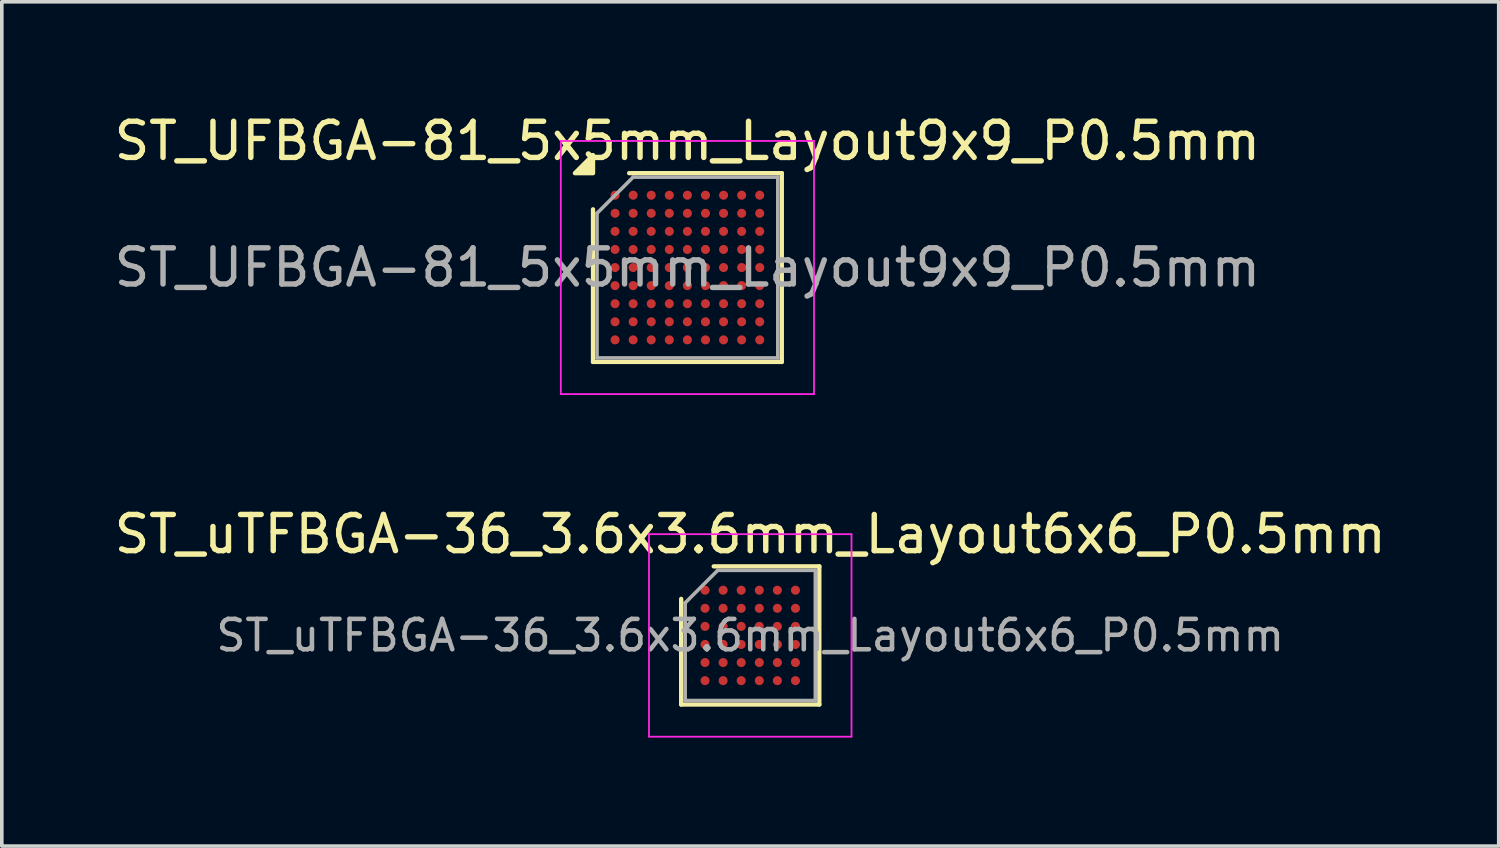
<source format=kicad_pcb>
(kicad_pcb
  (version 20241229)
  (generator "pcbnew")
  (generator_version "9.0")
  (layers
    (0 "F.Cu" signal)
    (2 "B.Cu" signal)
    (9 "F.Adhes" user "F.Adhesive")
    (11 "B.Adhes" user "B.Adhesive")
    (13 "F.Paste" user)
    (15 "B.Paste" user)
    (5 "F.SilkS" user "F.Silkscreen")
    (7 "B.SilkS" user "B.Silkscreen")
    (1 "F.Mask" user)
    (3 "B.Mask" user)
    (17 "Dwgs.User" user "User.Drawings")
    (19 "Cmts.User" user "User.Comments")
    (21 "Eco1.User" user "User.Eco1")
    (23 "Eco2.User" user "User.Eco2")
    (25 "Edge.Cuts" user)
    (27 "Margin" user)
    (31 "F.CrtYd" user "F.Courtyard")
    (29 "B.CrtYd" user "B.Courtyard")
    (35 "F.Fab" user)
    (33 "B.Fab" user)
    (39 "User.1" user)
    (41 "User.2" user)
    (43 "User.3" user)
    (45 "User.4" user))
  (footprint "ST_uTFBGA-36_3.6x3.6mm_Layout6x6_P0.5mm"
    (layer "F.Cu")
    (at 17.696 14.521)
    (property "Reference" "ST_uTFBGA-36_3.6x3.6mm_Layout6x6_P0.5mm" (at 0 -2.8 0) (layer "F.SilkS") (effects (font (size 1 1) (thickness 0.15))))
    (attr smd)
    (fp_line (start -1.91 1.91) (end -1.91 -1.01) (stroke (width 0.12) (type solid)) (layer "F.SilkS"))
    (fp_line (start -1.01 -1.91) (end 1.91 -1.91) (stroke (width 0.12) (type solid)) (layer "F.SilkS"))
    (fp_line (start 1.91 -1.91) (end 1.91 1.91) (stroke (width 0.12) (type solid)) (layer "F.SilkS"))
    (fp_line (start 1.91 1.91) (end -1.91 1.91) (stroke (width 0.12) (type solid)) (layer "F.SilkS"))
    (fp_line (start -2.8 -2.8) (end -2.8 2.8) (stroke (width 0.05) (type solid)) (layer "F.CrtYd"))
    (fp_line (start -2.8 2.8) (end 2.8 2.8) (stroke (width 0.05) (type solid)) (layer "F.CrtYd"))
    (fp_line (start 2.8 -2.8) (end -2.8 -2.8) (stroke (width 0.05) (type solid)) (layer "F.CrtYd"))
    (fp_line (start 2.8 2.8) (end 2.8 -2.8) (stroke (width 0.05) (type solid)) (layer "F.CrtYd"))
    (fp_line (start -1.8 -0.9) (end -0.9 -1.8) (stroke (width 0.1) (type solid)) (layer "F.Fab"))
    (fp_line (start -1.8 1.8) (end -1.8 -0.9) (stroke (width 0.1) (type solid)) (layer "F.Fab"))
    (fp_line (start -0.9 -1.8) (end 1.8 -1.8) (stroke (width 0.1) (type solid)) (layer "F.Fab"))
    (fp_line (start 1.8 -1.8) (end 1.8 1.8) (stroke (width 0.1) (type solid)) (layer "F.Fab"))
    (fp_line (start 1.8 1.8) (end -1.8 1.8) (stroke (width 0.1) (type solid)) (layer "F.Fab"))
    (fp_text user "${REFERENCE}" (at 0 0 0) (layer "F.Fab") (effects (font (size 0.84 0.84) (thickness 0.126))))
    (pad "A1" smd circle (at -1.25 -1.25) (size 0.25 0.25) (layers "F.Cu" "F.Mask" "F.Paste"))
    (pad "A2" smd circle (at -0.75 -1.25) (size 0.25 0.25) (layers "F.Cu" "F.Mask" "F.Paste"))
    (pad "A3" smd circle (at -0.25 -1.25) (size 0.25 0.25) (layers "F.Cu" "F.Mask" "F.Paste"))
    (pad "A4" smd circle (at 0.25 -1.25) (size 0.25 0.25) (layers "F.Cu" "F.Mask" "F.Paste"))
    (pad "A5" smd circle (at 0.75 -1.25) (size 0.25 0.25) (layers "F.Cu" "F.Mask" "F.Paste"))
    (pad "A6" smd circle (at 1.25 -1.25) (size 0.25 0.25) (layers "F.Cu" "F.Mask" "F.Paste"))
    (pad "B1" smd circle (at -1.25 -0.75) (size 0.25 0.25) (layers "F.Cu" "F.Mask" "F.Paste"))
    (pad "B2" smd circle (at -0.75 -0.75) (size 0.25 0.25) (layers "F.Cu" "F.Mask" "F.Paste"))
    (pad "B3" smd circle (at -0.25 -0.75) (size 0.25 0.25) (layers "F.Cu" "F.Mask" "F.Paste"))
    (pad "B4" smd circle (at 0.25 -0.75) (size 0.25 0.25) (layers "F.Cu" "F.Mask" "F.Paste"))
    (pad "B5" smd circle (at 0.75 -0.75) (size 0.25 0.25) (layers "F.Cu" "F.Mask" "F.Paste"))
    (pad "B6" smd circle (at 1.25 -0.75) (size 0.25 0.25) (layers "F.Cu" "F.Mask" "F.Paste"))
    (pad "C1" smd circle (at -1.25 -0.25) (size 0.25 0.25) (layers "F.Cu" "F.Mask" "F.Paste"))
    (pad "C2" smd circle (at -0.75 -0.25) (size 0.25 0.25) (layers "F.Cu" "F.Mask" "F.Paste"))
    (pad "C3" smd circle (at -0.25 -0.25) (size 0.25 0.25) (layers "F.Cu" "F.Mask" "F.Paste"))
    (pad "C4" smd circle (at 0.25 -0.25) (size 0.25 0.25) (layers "F.Cu" "F.Mask" "F.Paste"))
    (pad "C5" smd circle (at 0.75 -0.25) (size 0.25 0.25) (layers "F.Cu" "F.Mask" "F.Paste"))
    (pad "C6" smd circle (at 1.25 -0.25) (size 0.25 0.25) (layers "F.Cu" "F.Mask" "F.Paste"))
    (pad "D1" smd circle (at -1.25 0.25) (size 0.25 0.25) (layers "F.Cu" "F.Mask" "F.Paste"))
    (pad "D2" smd circle (at -0.75 0.25) (size 0.25 0.25) (layers "F.Cu" "F.Mask" "F.Paste"))
    (pad "D3" smd circle (at -0.25 0.25) (size 0.25 0.25) (layers "F.Cu" "F.Mask" "F.Paste"))
    (pad "D4" smd circle (at 0.25 0.25) (size 0.25 0.25) (layers "F.Cu" "F.Mask" "F.Paste"))
    (pad "D5" smd circle (at 0.75 0.25) (size 0.25 0.25) (layers "F.Cu" "F.Mask" "F.Paste"))
    (pad "D6" smd circle (at 1.25 0.25) (size 0.25 0.25) (layers "F.Cu" "F.Mask" "F.Paste"))
    (pad "E1" smd circle (at -1.25 0.75) (size 0.25 0.25) (layers "F.Cu" "F.Mask" "F.Paste"))
    (pad "E2" smd circle (at -0.75 0.75) (size 0.25 0.25) (layers "F.Cu" "F.Mask" "F.Paste"))
    (pad "E3" smd circle (at -0.25 0.75) (size 0.25 0.25) (layers "F.Cu" "F.Mask" "F.Paste"))
    (pad "E4" smd circle (at 0.25 0.75) (size 0.25 0.25) (layers "F.Cu" "F.Mask" "F.Paste"))
    (pad "E5" smd circle (at 0.75 0.75) (size 0.25 0.25) (layers "F.Cu" "F.Mask" "F.Paste"))
    (pad "E6" smd circle (at 1.25 0.75) (size 0.25 0.25) (layers "F.Cu" "F.Mask" "F.Paste"))
    (pad "F1" smd circle (at -1.25 1.25) (size 0.25 0.25) (layers "F.Cu" "F.Mask" "F.Paste"))
    (pad "F2" smd circle (at -0.75 1.25) (size 0.25 0.25) (layers "F.Cu" "F.Mask" "F.Paste"))
    (pad "F3" smd circle (at -0.25 1.25) (size 0.25 0.25) (layers "F.Cu" "F.Mask" "F.Paste"))
    (pad "F4" smd circle (at 0.25 1.25) (size 0.25 0.25) (layers "F.Cu" "F.Mask" "F.Paste"))
    (pad "F5" smd circle (at 0.75 1.25) (size 0.25 0.25) (layers "F.Cu" "F.Mask" "F.Paste"))
    (pad "F6" smd circle (at 1.25 1.25) (size 0.25 0.25) (layers "F.Cu" "F.Mask" "F.Paste")))
  (footprint "ST_UFBGA-81_5x5mm_Layout9x9_P0.5mm"
    (layer "F.Cu")
    (at 15.958 4.348)
    (property "Reference" "ST_UFBGA-81_5x5mm_Layout9x9_P0.5mm" (at 0 -3.5 0) (layer "F.SilkS") (effects (font (size 1 1) (thickness 0.15))))
    (attr smd)
    (fp_line (start -2.61 2.61) (end -2.61 -1.61) (stroke (width 0.12) (type solid)) (layer "F.SilkS"))
    (fp_line (start -1.61 -2.61) (end 2.61 -2.61) (stroke (width 0.12) (type solid)) (layer "F.SilkS"))
    (fp_line (start 2.61 -2.61) (end 2.61 2.61) (stroke (width 0.12) (type solid)) (layer "F.SilkS"))
    (fp_line (start 2.61 2.61) (end -2.61 2.61) (stroke (width 0.12) (type solid)) (layer "F.SilkS"))
    (fp_poly (pts (xy -2.61 -2.61) (xy -3.11 -2.61) (xy -2.61 -3.11) (xy -2.61 -2.61)) (stroke (width 0.12) (type solid)) (fill yes) (layer "F.SilkS"))
    (fp_line (start -3.5 -3.5) (end -3.5 3.5) (stroke (width 0.05) (type solid)) (layer "F.CrtYd"))
    (fp_line (start -3.5 3.5) (end 3.5 3.5) (stroke (width 0.05) (type solid)) (layer "F.CrtYd"))
    (fp_line (start 3.5 -3.5) (end -3.5 -3.5) (stroke (width 0.05) (type solid)) (layer "F.CrtYd"))
    (fp_line (start 3.5 3.5) (end 3.5 -3.5) (stroke (width 0.05) (type solid)) (layer "F.CrtYd"))
    (fp_line (start -2.5 -1.5) (end -1.5 -2.5) (stroke (width 0.1) (type solid)) (layer "F.Fab"))
    (fp_line (start -2.5 2.5) (end -2.5 -1.5) (stroke (width 0.1) (type solid)) (layer "F.Fab"))
    (fp_line (start -1.5 -2.5) (end 2.5 -2.5) (stroke (width 0.1) (type solid)) (layer "F.Fab"))
    (fp_line (start 2.5 -2.5) (end 2.5 2.5) (stroke (width 0.1) (type solid)) (layer "F.Fab"))
    (fp_line (start 2.5 2.5) (end -2.5 2.5) (stroke (width 0.1) (type solid)) (layer "F.Fab"))
    (fp_text user "${REFERENCE}" (at 0 0 0) (layer "F.Fab") (effects (font (size 1 1) (thickness 0.15))))
    (pad "A1" smd circle (at -2 -2) (size 0.25 0.25) (property pad_prop_bga) (layers "F.Cu" "F.Mask" "F.Paste"))
    (pad "A2" smd circle (at -1.5 -2) (size 0.25 0.25) (property pad_prop_bga) (layers "F.Cu" "F.Mask" "F.Paste"))
    (pad "A3" smd circle (at -1 -2) (size 0.25 0.25) (property pad_prop_bga) (layers "F.Cu" "F.Mask" "F.Paste"))
    (pad "A4" smd circle (at -0.5 -2) (size 0.25 0.25) (property pad_prop_bga) (layers "F.Cu" "F.Mask" "F.Paste"))
    (pad "A5" smd circle (at 0 -2) (size 0.25 0.25) (property pad_prop_bga) (layers "F.Cu" "F.Mask" "F.Paste"))
    (pad "A6" smd circle (at 0.5 -2) (size 0.25 0.25) (property pad_prop_bga) (layers "F.Cu" "F.Mask" "F.Paste"))
    (pad "A7" smd circle (at 1 -2) (size 0.25 0.25) (property pad_prop_bga) (layers "F.Cu" "F.Mask" "F.Paste"))
    (pad "A8" smd circle (at 1.5 -2) (size 0.25 0.25) (property pad_prop_bga) (layers "F.Cu" "F.Mask" "F.Paste"))
    (pad "A9" smd circle (at 2 -2) (size 0.25 0.25) (property pad_prop_bga) (layers "F.Cu" "F.Mask" "F.Paste"))
    (pad "B1" smd circle (at -2 -1.5) (size 0.25 0.25) (property pad_prop_bga) (layers "F.Cu" "F.Mask" "F.Paste"))
    (pad "B2" smd circle (at -1.5 -1.5) (size 0.25 0.25) (property pad_prop_bga) (layers "F.Cu" "F.Mask" "F.Paste"))
    (pad "B3" smd circle (at -1 -1.5) (size 0.25 0.25) (property pad_prop_bga) (layers "F.Cu" "F.Mask" "F.Paste"))
    (pad "B4" smd circle (at -0.5 -1.5) (size 0.25 0.25) (property pad_prop_bga) (layers "F.Cu" "F.Mask" "F.Paste"))
    (pad "B5" smd circle (at 0 -1.5) (size 0.25 0.25) (property pad_prop_bga) (layers "F.Cu" "F.Mask" "F.Paste"))
    (pad "B6" smd circle (at 0.5 -1.5) (size 0.25 0.25) (property pad_prop_bga) (layers "F.Cu" "F.Mask" "F.Paste"))
    (pad "B7" smd circle (at 1 -1.5) (size 0.25 0.25) (property pad_prop_bga) (layers "F.Cu" "F.Mask" "F.Paste"))
    (pad "B8" smd circle (at 1.5 -1.5) (size 0.25 0.25) (property pad_prop_bga) (layers "F.Cu" "F.Mask" "F.Paste"))
    (pad "B9" smd circle (at 2 -1.5) (size 0.25 0.25) (property pad_prop_bga) (layers "F.Cu" "F.Mask" "F.Paste"))
    (pad "C1" smd circle (at -2 -1) (size 0.25 0.25) (property pad_prop_bga) (layers "F.Cu" "F.Mask" "F.Paste"))
    (pad "C2" smd circle (at -1.5 -1) (size 0.25 0.25) (property pad_prop_bga) (layers "F.Cu" "F.Mask" "F.Paste"))
    (pad "C3" smd circle (at -1 -1) (size 0.25 0.25) (property pad_prop_bga) (layers "F.Cu" "F.Mask" "F.Paste"))
    (pad "C4" smd circle (at -0.5 -1) (size 0.25 0.25) (property pad_prop_bga) (layers "F.Cu" "F.Mask" "F.Paste"))
    (pad "C5" smd circle (at 0 -1) (size 0.25 0.25) (property pad_prop_bga) (layers "F.Cu" "F.Mask" "F.Paste"))
    (pad "C6" smd circle (at 0.5 -1) (size 0.25 0.25) (property pad_prop_bga) (layers "F.Cu" "F.Mask" "F.Paste"))
    (pad "C7" smd circle (at 1 -1) (size 0.25 0.25) (property pad_prop_bga) (layers "F.Cu" "F.Mask" "F.Paste"))
    (pad "C8" smd circle (at 1.5 -1) (size 0.25 0.25) (property pad_prop_bga) (layers "F.Cu" "F.Mask" "F.Paste"))
    (pad "C9" smd circle (at 2 -1) (size 0.25 0.25) (property pad_prop_bga) (layers "F.Cu" "F.Mask" "F.Paste"))
    (pad "D1" smd circle (at -2 -0.5) (size 0.25 0.25) (property pad_prop_bga) (layers "F.Cu" "F.Mask" "F.Paste"))
    (pad "D2" smd circle (at -1.5 -0.5) (size 0.25 0.25) (property pad_prop_bga) (layers "F.Cu" "F.Mask" "F.Paste"))
    (pad "D3" smd circle (at -1 -0.5) (size 0.25 0.25) (property pad_prop_bga) (layers "F.Cu" "F.Mask" "F.Paste"))
    (pad "D4" smd circle (at -0.5 -0.5) (size 0.25 0.25) (property pad_prop_bga) (layers "F.Cu" "F.Mask" "F.Paste"))
    (pad "D5" smd circle (at 0 -0.5) (size 0.25 0.25) (property pad_prop_bga) (layers "F.Cu" "F.Mask" "F.Paste"))
    (pad "D6" smd circle (at 0.5 -0.5) (size 0.25 0.25) (property pad_prop_bga) (layers "F.Cu" "F.Mask" "F.Paste"))
    (pad "D7" smd circle (at 1 -0.5) (size 0.25 0.25) (property pad_prop_bga) (layers "F.Cu" "F.Mask" "F.Paste"))
    (pad "D8" smd circle (at 1.5 -0.5) (size 0.25 0.25) (property pad_prop_bga) (layers "F.Cu" "F.Mask" "F.Paste"))
    (pad "D9" smd circle (at 2 -0.5) (size 0.25 0.25) (property pad_prop_bga) (layers "F.Cu" "F.Mask" "F.Paste"))
    (pad "E1" smd circle (at -2 0) (size 0.25 0.25) (property pad_prop_bga) (layers "F.Cu" "F.Mask" "F.Paste"))
    (pad "E2" smd circle (at -1.5 0) (size 0.25 0.25) (property pad_prop_bga) (layers "F.Cu" "F.Mask" "F.Paste"))
    (pad "E3" smd circle (at -1 0) (size 0.25 0.25) (property pad_prop_bga) (layers "F.Cu" "F.Mask" "F.Paste"))
    (pad "E4" smd circle (at -0.5 0) (size 0.25 0.25) (property pad_prop_bga) (layers "F.Cu" "F.Mask" "F.Paste"))
    (pad "E5" smd circle (at 0 0) (size 0.25 0.25) (property pad_prop_bga) (layers "F.Cu" "F.Mask" "F.Paste"))
    (pad "E6" smd circle (at 0.5 0) (size 0.25 0.25) (property pad_prop_bga) (layers "F.Cu" "F.Mask" "F.Paste"))
    (pad "E7" smd circle (at 1 0) (size 0.25 0.25) (property pad_prop_bga) (layers "F.Cu" "F.Mask" "F.Paste"))
    (pad "E8" smd circle (at 1.5 0) (size 0.25 0.25) (property pad_prop_bga) (layers "F.Cu" "F.Mask" "F.Paste"))
    (pad "E9" smd circle (at 2 0) (size 0.25 0.25) (property pad_prop_bga) (layers "F.Cu" "F.Mask" "F.Paste"))
    (pad "F1" smd circle (at -2 0.5) (size 0.25 0.25) (property pad_prop_bga) (layers "F.Cu" "F.Mask" "F.Paste"))
    (pad "F2" smd circle (at -1.5 0.5) (size 0.25 0.25) (property pad_prop_bga) (layers "F.Cu" "F.Mask" "F.Paste"))
    (pad "F3" smd circle (at -1 0.5) (size 0.25 0.25) (property pad_prop_bga) (layers "F.Cu" "F.Mask" "F.Paste"))
    (pad "F4" smd circle (at -0.5 0.5) (size 0.25 0.25) (property pad_prop_bga) (layers "F.Cu" "F.Mask" "F.Paste"))
    (pad "F5" smd circle (at 0 0.5) (size 0.25 0.25) (property pad_prop_bga) (layers "F.Cu" "F.Mask" "F.Paste"))
    (pad "F6" smd circle (at 0.5 0.5) (size 0.25 0.25) (property pad_prop_bga) (layers "F.Cu" "F.Mask" "F.Paste"))
    (pad "F7" smd circle (at 1 0.5) (size 0.25 0.25) (property pad_prop_bga) (layers "F.Cu" "F.Mask" "F.Paste"))
    (pad "F8" smd circle (at 1.5 0.5) (size 0.25 0.25) (property pad_prop_bga) (layers "F.Cu" "F.Mask" "F.Paste"))
    (pad "F9" smd circle (at 2 0.5) (size 0.25 0.25) (property pad_prop_bga) (layers "F.Cu" "F.Mask" "F.Paste"))
    (pad "G1" smd circle (at -2 1) (size 0.25 0.25) (property pad_prop_bga) (layers "F.Cu" "F.Mask" "F.Paste"))
    (pad "G2" smd circle (at -1.5 1) (size 0.25 0.25) (property pad_prop_bga) (layers "F.Cu" "F.Mask" "F.Paste"))
    (pad "G3" smd circle (at -1 1) (size 0.25 0.25) (property pad_prop_bga) (layers "F.Cu" "F.Mask" "F.Paste"))
    (pad "G4" smd circle (at -0.5 1) (size 0.25 0.25) (property pad_prop_bga) (layers "F.Cu" "F.Mask" "F.Paste"))
    (pad "G5" smd circle (at 0 1) (size 0.25 0.25) (property pad_prop_bga) (layers "F.Cu" "F.Mask" "F.Paste"))
    (pad "G6" smd circle (at 0.5 1) (size 0.25 0.25) (property pad_prop_bga) (layers "F.Cu" "F.Mask" "F.Paste"))
    (pad "G7" smd circle (at 1 1) (size 0.25 0.25) (property pad_prop_bga) (layers "F.Cu" "F.Mask" "F.Paste"))
    (pad "G8" smd circle (at 1.5 1) (size 0.25 0.25) (property pad_prop_bga) (layers "F.Cu" "F.Mask" "F.Paste"))
    (pad "G9" smd circle (at 2 1) (size 0.25 0.25) (property pad_prop_bga) (layers "F.Cu" "F.Mask" "F.Paste"))
    (pad "H1" smd circle (at -2 1.5) (size 0.25 0.25) (property pad_prop_bga) (layers "F.Cu" "F.Mask" "F.Paste"))
    (pad "H2" smd circle (at -1.5 1.5) (size 0.25 0.25) (property pad_prop_bga) (layers "F.Cu" "F.Mask" "F.Paste"))
    (pad "H3" smd circle (at -1 1.5) (size 0.25 0.25) (property pad_prop_bga) (layers "F.Cu" "F.Mask" "F.Paste"))
    (pad "H4" smd circle (at -0.5 1.5) (size 0.25 0.25) (property pad_prop_bga) (layers "F.Cu" "F.Mask" "F.Paste"))
    (pad "H5" smd circle (at 0 1.5) (size 0.25 0.25) (property pad_prop_bga) (layers "F.Cu" "F.Mask" "F.Paste"))
    (pad "H6" smd circle (at 0.5 1.5) (size 0.25 0.25) (property pad_prop_bga) (layers "F.Cu" "F.Mask" "F.Paste"))
    (pad "H7" smd circle (at 1 1.5) (size 0.25 0.25) (property pad_prop_bga) (layers "F.Cu" "F.Mask" "F.Paste"))
    (pad "H8" smd circle (at 1.5 1.5) (size 0.25 0.25) (property pad_prop_bga) (layers "F.Cu" "F.Mask" "F.Paste"))
    (pad "H9" smd circle (at 2 1.5) (size 0.25 0.25) (property pad_prop_bga) (layers "F.Cu" "F.Mask" "F.Paste"))
    (pad "J1" smd circle (at -2 2) (size 0.25 0.25) (property pad_prop_bga) (layers "F.Cu" "F.Mask" "F.Paste"))
    (pad "J2" smd circle (at -1.5 2) (size 0.25 0.25) (property pad_prop_bga) (layers "F.Cu" "F.Mask" "F.Paste"))
    (pad "J3" smd circle (at -1 2) (size 0.25 0.25) (property pad_prop_bga) (layers "F.Cu" "F.Mask" "F.Paste"))
    (pad "J4" smd circle (at -0.5 2) (size 0.25 0.25) (property pad_prop_bga) (layers "F.Cu" "F.Mask" "F.Paste"))
    (pad "J5" smd circle (at 0 2) (size 0.25 0.25) (property pad_prop_bga) (layers "F.Cu" "F.Mask" "F.Paste"))
    (pad "J6" smd circle (at 0.5 2) (size 0.25 0.25) (property pad_prop_bga) (layers "F.Cu" "F.Mask" "F.Paste"))
    (pad "J7" smd circle (at 1 2) (size 0.25 0.25) (property pad_prop_bga) (layers "F.Cu" "F.Mask" "F.Paste"))
    (pad "J8" smd circle (at 1.5 2) (size 0.25 0.25) (property pad_prop_bga) (layers "F.Cu" "F.Mask" "F.Paste"))
    (pad "J9" smd circle (at 2 2) (size 0.25 0.25) (property pad_prop_bga) (layers "F.Cu" "F.Mask" "F.Paste")))
  (gr_rect
    (start -3 -3)
    (end 38.393 20.346)
    (stroke (width 0.1) (type default))
    (fill no)
    (layer "Edge.Cuts")))
</source>
